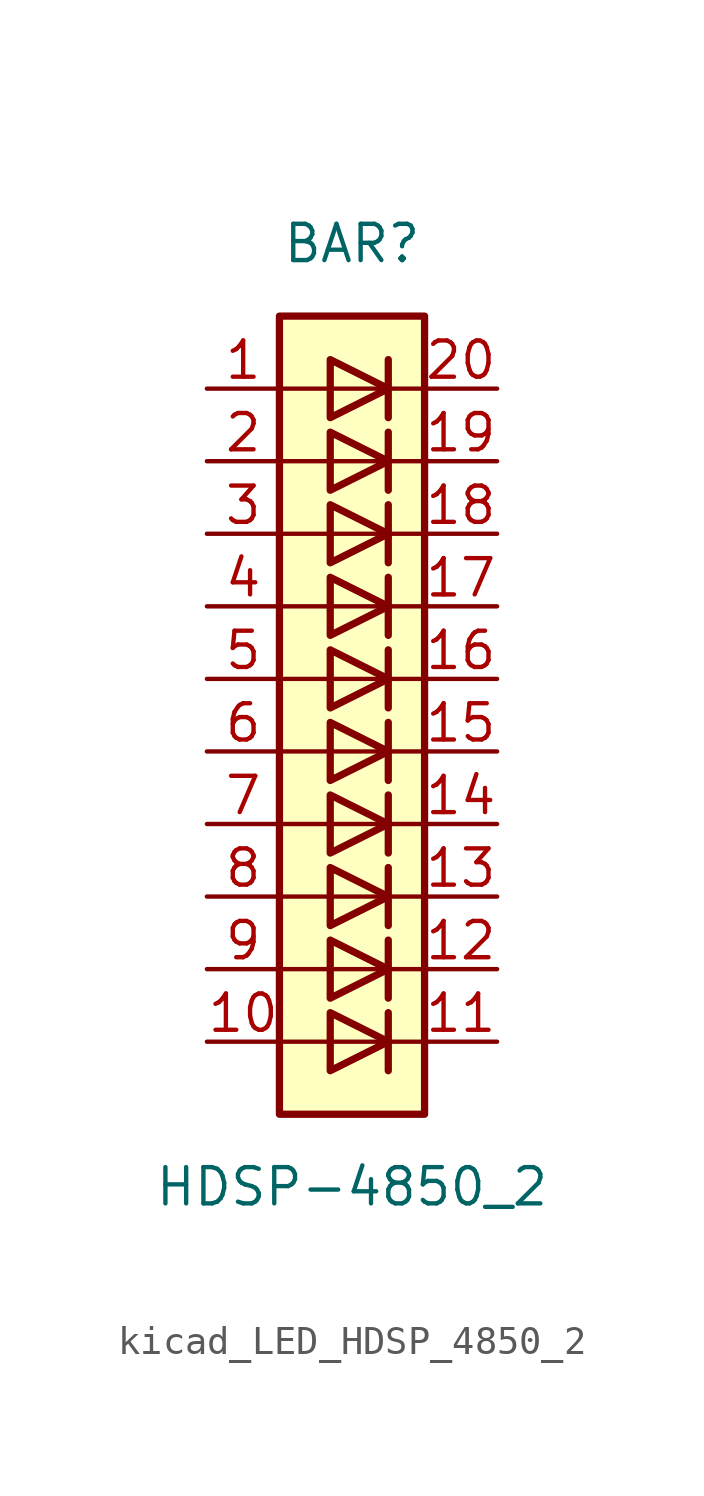
<source format=kicad_sym>
(kicad_symbol_lib
  (version 20220914)
  (generator kicad_symbol_editor)
  (symbol "kicad_LED_HDSP_4850_2"
    (pin_names
      (offset 1.016) hide)
    (property "Reference" "BAR"
      (at 0 15.24 0)
      (effects (font (size 1.27 1.27))))
    (property "Value" "HDSP-4850_2"
      (at 0 -17.78 0)
      (effects (font (size 1.27 1.27))))
    (symbol "kicad_LED_HDSP_4850_2_0_1"
      (rectangle (start -2.54 12.7) (end 2.54 -15.24) (stroke (width 0.254) (type default)) (fill (type background)))
      (polyline (pts (xy -2.54 -12.7) (xy 2.54 -12.7)) (stroke (width 0) (type default)) (fill (type none)))
      (polyline (pts (xy -2.54 -10.16) (xy 2.54 -10.16)) (stroke (width 0) (type default)) (fill (type none)))
      (polyline (pts (xy -2.54 -7.62) (xy 2.54 -7.62)) (stroke (width 0) (type default)) (fill (type none)))
      (polyline (pts (xy -2.54 -5.08) (xy 2.54 -5.08)) (stroke (width 0) (type default)) (fill (type none)))
      (polyline (pts (xy -2.54 0) (xy 2.54 0)) (stroke (width 0) (type default)) (fill (type none)))
      (polyline (pts (xy -2.54 5.08) (xy 2.54 5.08)) (stroke (width 0) (type default)) (fill (type none)))
      (polyline (pts (xy -2.54 7.62) (xy 2.54 7.62)) (stroke (width 0) (type default)) (fill (type none)))
      (polyline (pts (xy -2.54 10.16) (xy 2.54 10.16)) (stroke (width 0) (type default)) (fill (type none)))
      (polyline (pts (xy 1.27 -11.684) (xy 1.27 -13.716)) (stroke (width 0.254) (type default)) (fill (type none)))
      (polyline (pts (xy 1.27 -9.144) (xy 1.27 -11.176)) (stroke (width 0.254) (type default)) (fill (type none)))
      (polyline (pts (xy 1.27 -6.604) (xy 1.27 -8.636)) (stroke (width 0.254) (type default)) (fill (type none)))
      (polyline (pts (xy 1.27 -4.064) (xy 1.27 -6.096)) (stroke (width 0.254) (type default)) (fill (type none)))
      (polyline (pts (xy 1.27 -1.524) (xy 1.27 -3.556)) (stroke (width 0.254) (type default)) (fill (type none)))
      (polyline (pts (xy 1.27 1.016) (xy 1.27 -1.016)) (stroke (width 0.254) (type default)) (fill (type none)))
      (polyline (pts (xy 1.27 3.556) (xy 1.27 1.524)) (stroke (width 0.254) (type default)) (fill (type none)))
      (polyline (pts (xy 1.27 6.096) (xy 1.27 4.064)) (stroke (width 0.254) (type default)) (fill (type none)))
      (polyline (pts (xy 1.27 8.636) (xy 1.27 6.604)) (stroke (width 0.254) (type default)) (fill (type none)))
      (polyline (pts (xy 1.27 11.176) (xy 1.27 9.144)) (stroke (width 0.254) (type default)) (fill (type none)))
      (polyline (pts (xy 2.54 -2.54) (xy -2.54 -2.54)) (stroke (width 0) (type default)) (fill (type none)))
      (polyline (pts (xy 2.54 2.54) (xy -2.54 2.54)) (stroke (width 0) (type default)) (fill (type none)))
      (polyline (pts (xy -0.762 -11.684) (xy -0.762 -13.716) (xy 1.27 -12.7) (xy -0.762 -11.684)) (stroke (width 0.254) (type default)) (fill (type none)))
      (polyline (pts (xy -0.762 -9.144) (xy -0.762 -11.176) (xy 1.27 -10.16) (xy -0.762 -9.144)) (stroke (width 0.254) (type default)) (fill (type none)))
      (polyline (pts (xy -0.762 -6.604) (xy -0.762 -8.636) (xy 1.27 -7.62) (xy -0.762 -6.604)) (stroke (width 0.254) (type default)) (fill (type none)))
      (polyline (pts (xy -0.762 -4.064) (xy -0.762 -6.096) (xy 1.27 -5.08) (xy -0.762 -4.064)) (stroke (width 0.254) (type default)) (fill (type none)))
      (polyline (pts (xy -0.762 -1.524) (xy -0.762 -3.556) (xy 1.27 -2.54) (xy -0.762 -1.524)) (stroke (width 0.254) (type default)) (fill (type none)))
      (polyline (pts (xy -0.762 1.016) (xy -0.762 -1.016) (xy 1.27 0) (xy -0.762 1.016)) (stroke (width 0.254) (type default)) (fill (type none)))
      (polyline (pts (xy -0.762 3.556) (xy -0.762 1.524) (xy 1.27 2.54) (xy -0.762 3.556)) (stroke (width 0.254) (type default)) (fill (type none)))
      (polyline (pts (xy -0.762 6.096) (xy -0.762 4.064) (xy 1.27 5.08) (xy -0.762 6.096)) (stroke (width 0.254) (type default)) (fill (type none)))
      (polyline (pts (xy -0.762 8.636) (xy -0.762 6.604) (xy 1.27 7.62) (xy -0.762 8.636)) (stroke (width 0.254) (type default)) (fill (type none)))
      (polyline (pts (xy -0.762 11.176) (xy -0.762 9.144) (xy 1.27 10.16) (xy -0.762 11.176)) (stroke (width 0.254) (type default)) (fill (type none))))
    (symbol "kicad_LED_HDSP_4850_2_1_1"
      (pin passive line (at -5.08 10.16 0) (length 2.54) (name "A" (effects (font (size 1.27 1.27)))) (number "1" (effects (font (size 1.27 1.27)))))
      (pin passive line (at -5.08 -12.7 0) (length 2.54) (name "A" (effects (font (size 1.27 1.27)))) (number "10" (effects (font (size 1.27 1.27)))))
      (pin passive line (at 5.08 -12.7 180) (length 2.54) (name "K" (effects (font (size 1.27 1.27)))) (number "11" (effects (font (size 1.27 1.27)))))
      (pin passive line (at 5.08 -10.16 180) (length 2.54) (name "K" (effects (font (size 1.27 1.27)))) (number "12" (effects (font (size 1.27 1.27)))))
      (pin passive line (at 5.08 -7.62 180) (length 2.54) (name "K" (effects (font (size 1.27 1.27)))) (number "13" (effects (font (size 1.27 1.27)))))
      (pin passive line (at 5.08 -5.08 180) (length 2.54) (name "K" (effects (font (size 1.27 1.27)))) (number "14" (effects (font (size 1.27 1.27)))))
      (pin passive line (at 5.08 -2.54 180) (length 2.54) (name "K" (effects (font (size 1.27 1.27)))) (number "15" (effects (font (size 1.27 1.27)))))
      (pin passive line (at 5.08 0 180) (length 2.54) (name "K" (effects (font (size 1.27 1.27)))) (number "16" (effects (font (size 1.27 1.27)))))
      (pin passive line (at 5.08 2.54 180) (length 2.54) (name "K" (effects (font (size 1.27 1.27)))) (number "17" (effects (font (size 1.27 1.27)))))
      (pin passive line (at 5.08 5.08 180) (length 2.54) (name "K" (effects (font (size 1.27 1.27)))) (number "18" (effects (font (size 1.27 1.27)))))
      (pin passive line (at 5.08 7.62 180) (length 2.54) (name "K" (effects (font (size 1.27 1.27)))) (number "19" (effects (font (size 1.27 1.27)))))
      (pin passive line (at -5.08 7.62 0) (length 2.54) (name "A" (effects (font (size 1.27 1.27)))) (number "2" (effects (font (size 1.27 1.27)))))
      (pin passive line (at 5.08 10.16 180) (length 2.54) (name "K" (effects (font (size 1.27 1.27)))) (number "20" (effects (font (size 1.27 1.27)))))
      (pin passive line (at -5.08 5.08 0) (length 2.54) (name "A" (effects (font (size 1.27 1.27)))) (number "3" (effects (font (size 1.27 1.27)))))
      (pin passive line (at -5.08 2.54 0) (length 2.54) (name "A" (effects (font (size 1.27 1.27)))) (number "4" (effects (font (size 1.27 1.27)))))
      (pin passive line (at -5.08 0 0) (length 2.54) (name "A" (effects (font (size 1.27 1.27)))) (number "5" (effects (font (size 1.27 1.27)))))
      (pin passive line (at -5.08 -2.54 0) (length 2.54) (name "A" (effects (font (size 1.27 1.27)))) (number "6" (effects (font (size 1.27 1.27)))))
      (pin passive line (at -5.08 -5.08 0) (length 2.54) (name "A" (effects (font (size 1.27 1.27)))) (number "7" (effects (font (size 1.27 1.27)))))
      (pin passive line (at -5.08 -7.62 0) (length 2.54) (name "A" (effects (font (size 1.27 1.27)))) (number "8" (effects (font (size 1.27 1.27)))))
      (pin passive line (at -5.08 -10.16 0) (length 2.54) (name "A" (effects (font (size 1.27 1.27)))) (number "9" (effects (font (size 1.27 1.27))))))))
</source>
